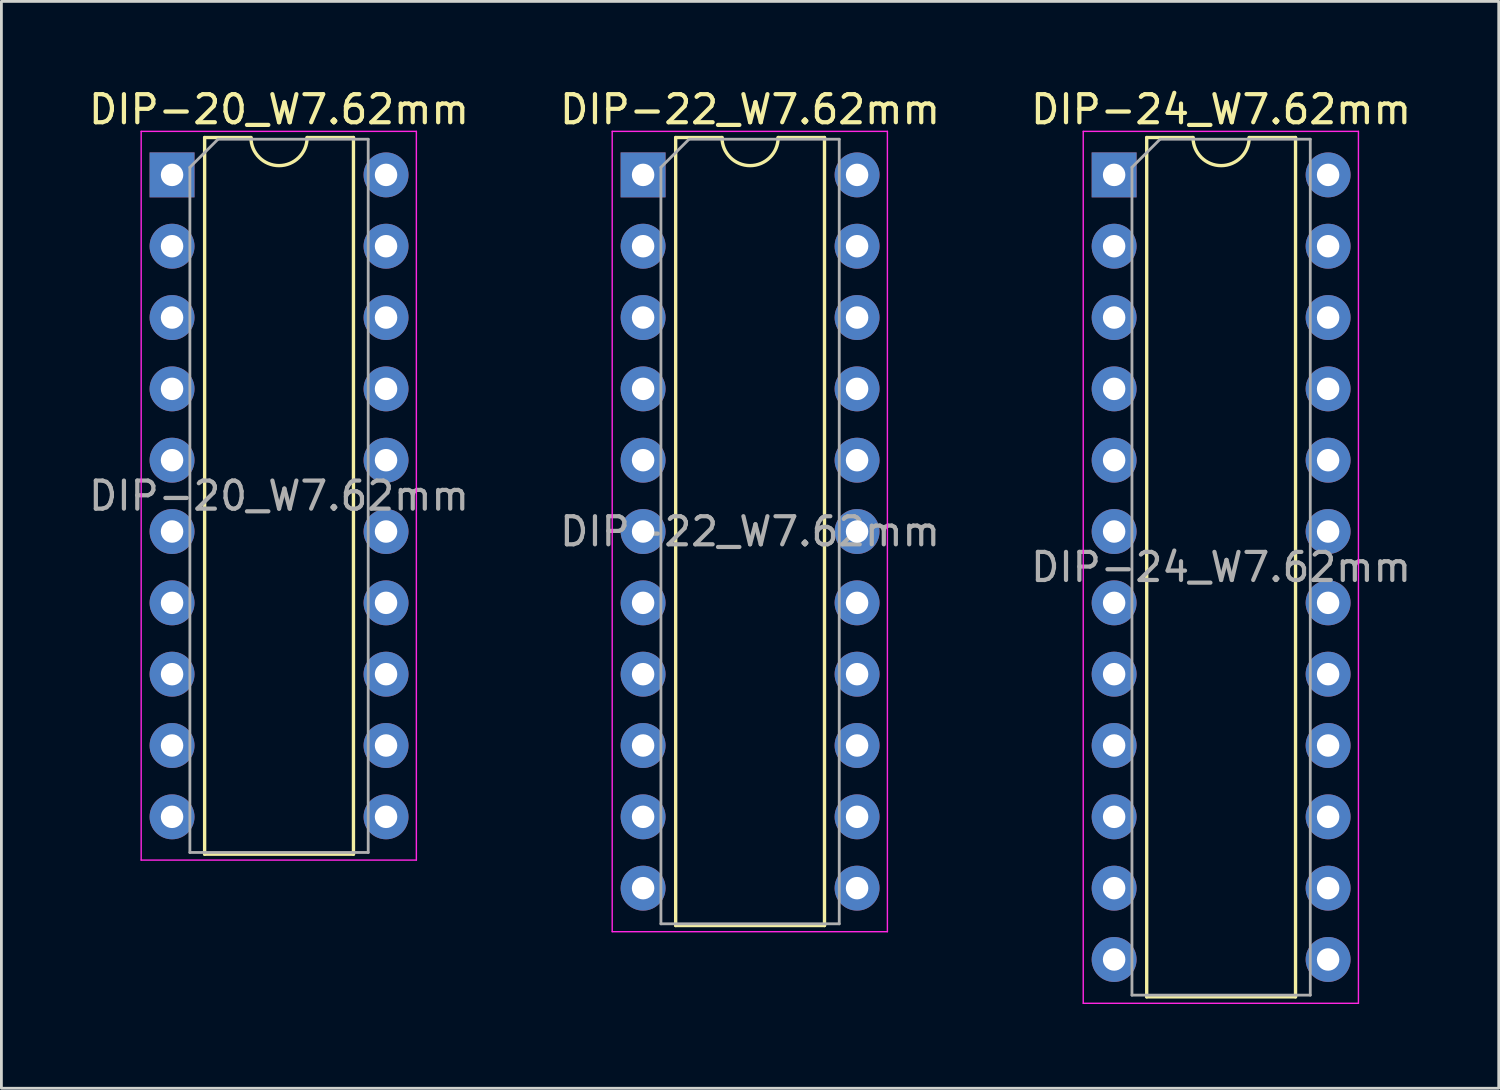
<source format=kicad_pcb>
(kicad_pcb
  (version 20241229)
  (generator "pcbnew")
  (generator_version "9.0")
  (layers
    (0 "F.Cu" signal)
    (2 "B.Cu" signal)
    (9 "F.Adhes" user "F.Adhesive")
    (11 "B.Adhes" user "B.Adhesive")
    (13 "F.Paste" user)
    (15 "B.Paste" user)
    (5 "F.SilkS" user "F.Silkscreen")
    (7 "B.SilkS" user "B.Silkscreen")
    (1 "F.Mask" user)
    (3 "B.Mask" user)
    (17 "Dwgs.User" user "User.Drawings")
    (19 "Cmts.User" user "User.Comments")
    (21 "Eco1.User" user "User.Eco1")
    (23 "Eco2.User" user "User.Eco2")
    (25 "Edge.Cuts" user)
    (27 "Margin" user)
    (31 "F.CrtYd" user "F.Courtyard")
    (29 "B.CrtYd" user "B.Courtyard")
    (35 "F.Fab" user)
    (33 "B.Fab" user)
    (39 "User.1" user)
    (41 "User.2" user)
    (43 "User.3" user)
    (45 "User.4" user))
  (footprint "DIP-20_W7.62mm"
    (layer "F.Cu")
    (at 3.077 3.178)
    (property "Reference" "DIP-20_W7.62mm" (at 3.81 -2.33 0) (layer "F.SilkS") (effects (font (size 1 1) (thickness 0.15))))
    (attr through_hole)
    (fp_line (start 1.16 -1.33) (end 1.16 24.19) (stroke (width 0.12) (type solid)) (layer "F.SilkS"))
    (fp_line (start 1.16 24.19) (end 6.46 24.19) (stroke (width 0.12) (type solid)) (layer "F.SilkS"))
    (fp_line (start 2.81 -1.33) (end 1.16 -1.33) (stroke (width 0.12) (type solid)) (layer "F.SilkS"))
    (fp_line (start 6.46 -1.33) (end 4.81 -1.33) (stroke (width 0.12) (type solid)) (layer "F.SilkS"))
    (fp_line (start 6.46 24.19) (end 6.46 -1.33) (stroke (width 0.12) (type solid)) (layer "F.SilkS"))
    (fp_arc (start 4.81 -1.33) (mid 3.81 -0.33) (end 2.81 -1.33) (stroke (width 0.12) (type solid)) (layer "F.SilkS"))
    (fp_line (start -1.1 -1.55) (end -1.1 24.4) (stroke (width 0.05) (type solid)) (layer "F.CrtYd"))
    (fp_line (start -1.1 24.4) (end 8.7 24.4) (stroke (width 0.05) (type solid)) (layer "F.CrtYd"))
    (fp_line (start 8.7 -1.55) (end -1.1 -1.55) (stroke (width 0.05) (type solid)) (layer "F.CrtYd"))
    (fp_line (start 8.7 24.4) (end 8.7 -1.55) (stroke (width 0.05) (type solid)) (layer "F.CrtYd"))
    (fp_line (start 0.635 -0.27) (end 1.635 -1.27) (stroke (width 0.1) (type solid)) (layer "F.Fab"))
    (fp_line (start 0.635 24.13) (end 0.635 -0.27) (stroke (width 0.1) (type solid)) (layer "F.Fab"))
    (fp_line (start 1.635 -1.27) (end 6.985 -1.27) (stroke (width 0.1) (type solid)) (layer "F.Fab"))
    (fp_line (start 6.985 -1.27) (end 6.985 24.13) (stroke (width 0.1) (type solid)) (layer "F.Fab"))
    (fp_line (start 6.985 24.13) (end 0.635 24.13) (stroke (width 0.1) (type solid)) (layer "F.Fab"))
    (fp_text user "${REFERENCE}" (at 3.81 11.43 0) (layer "F.Fab") (effects (font (size 1 1) (thickness 0.15))))
    (pad "1" thru_hole rect (at 0 0) (size 1.6 1.6) (drill 0.8) (layers "*.Cu" "*.Mask"))
    (pad "2" thru_hole oval (at 0 2.54) (size 1.6 1.6) (drill 0.8) (layers "*.Cu" "*.Mask"))
    (pad "3" thru_hole oval (at 0 5.08) (size 1.6 1.6) (drill 0.8) (layers "*.Cu" "*.Mask"))
    (pad "4" thru_hole oval (at 0 7.62) (size 1.6 1.6) (drill 0.8) (layers "*.Cu" "*.Mask"))
    (pad "5" thru_hole oval (at 0 10.16) (size 1.6 1.6) (drill 0.8) (layers "*.Cu" "*.Mask"))
    (pad "6" thru_hole oval (at 0 12.7) (size 1.6 1.6) (drill 0.8) (layers "*.Cu" "*.Mask"))
    (pad "7" thru_hole oval (at 0 15.24) (size 1.6 1.6) (drill 0.8) (layers "*.Cu" "*.Mask"))
    (pad "8" thru_hole oval (at 0 17.78) (size 1.6 1.6) (drill 0.8) (layers "*.Cu" "*.Mask"))
    (pad "9" thru_hole oval (at 0 20.32) (size 1.6 1.6) (drill 0.8) (layers "*.Cu" "*.Mask"))
    (pad "10" thru_hole oval (at 0 22.86) (size 1.6 1.6) (drill 0.8) (layers "*.Cu" "*.Mask"))
    (pad "11" thru_hole oval (at 7.62 22.86) (size 1.6 1.6) (drill 0.8) (layers "*.Cu" "*.Mask"))
    (pad "12" thru_hole oval (at 7.62 20.32) (size 1.6 1.6) (drill 0.8) (layers "*.Cu" "*.Mask"))
    (pad "13" thru_hole oval (at 7.62 17.78) (size 1.6 1.6) (drill 0.8) (layers "*.Cu" "*.Mask"))
    (pad "14" thru_hole oval (at 7.62 15.24) (size 1.6 1.6) (drill 0.8) (layers "*.Cu" "*.Mask"))
    (pad "15" thru_hole oval (at 7.62 12.7) (size 1.6 1.6) (drill 0.8) (layers "*.Cu" "*.Mask"))
    (pad "16" thru_hole oval (at 7.62 10.16) (size 1.6 1.6) (drill 0.8) (layers "*.Cu" "*.Mask"))
    (pad "17" thru_hole oval (at 7.62 7.62) (size 1.6 1.6) (drill 0.8) (layers "*.Cu" "*.Mask"))
    (pad "18" thru_hole oval (at 7.62 5.08) (size 1.6 1.6) (drill 0.8) (layers "*.Cu" "*.Mask"))
    (pad "19" thru_hole oval (at 7.62 2.54) (size 1.6 1.6) (drill 0.8) (layers "*.Cu" "*.Mask"))
    (pad "20" thru_hole oval (at 7.62 0) (size 1.6 1.6) (drill 0.8) (layers "*.Cu" "*.Mask")))
  (footprint "DIP-22_W7.62mm"
    (layer "F.Cu")
    (at 19.851 3.178)
    (property "Reference" "DIP-22_W7.62mm" (at 3.81 -2.33 0) (layer "F.SilkS") (effects (font (size 1 1) (thickness 0.15))))
    (attr through_hole)
    (fp_line (start 1.16 -1.33) (end 1.16 26.73) (stroke (width 0.12) (type solid)) (layer "F.SilkS"))
    (fp_line (start 1.16 26.73) (end 6.46 26.73) (stroke (width 0.12) (type solid)) (layer "F.SilkS"))
    (fp_line (start 2.81 -1.33) (end 1.16 -1.33) (stroke (width 0.12) (type solid)) (layer "F.SilkS"))
    (fp_line (start 6.46 -1.33) (end 4.81 -1.33) (stroke (width 0.12) (type solid)) (layer "F.SilkS"))
    (fp_line (start 6.46 26.73) (end 6.46 -1.33) (stroke (width 0.12) (type solid)) (layer "F.SilkS"))
    (fp_arc (start 4.81 -1.33) (mid 3.81 -0.33) (end 2.81 -1.33) (stroke (width 0.12) (type solid)) (layer "F.SilkS"))
    (fp_line (start -1.1 -1.55) (end -1.1 26.95) (stroke (width 0.05) (type solid)) (layer "F.CrtYd"))
    (fp_line (start -1.1 26.95) (end 8.7 26.95) (stroke (width 0.05) (type solid)) (layer "F.CrtYd"))
    (fp_line (start 8.7 -1.55) (end -1.1 -1.55) (stroke (width 0.05) (type solid)) (layer "F.CrtYd"))
    (fp_line (start 8.7 26.95) (end 8.7 -1.55) (stroke (width 0.05) (type solid)) (layer "F.CrtYd"))
    (fp_line (start 0.635 -0.27) (end 1.635 -1.27) (stroke (width 0.1) (type solid)) (layer "F.Fab"))
    (fp_line (start 0.635 26.67) (end 0.635 -0.27) (stroke (width 0.1) (type solid)) (layer "F.Fab"))
    (fp_line (start 1.635 -1.27) (end 6.985 -1.27) (stroke (width 0.1) (type solid)) (layer "F.Fab"))
    (fp_line (start 6.985 -1.27) (end 6.985 26.67) (stroke (width 0.1) (type solid)) (layer "F.Fab"))
    (fp_line (start 6.985 26.67) (end 0.635 26.67) (stroke (width 0.1) (type solid)) (layer "F.Fab"))
    (fp_text user "${REFERENCE}" (at 3.81 12.7 0) (layer "F.Fab") (effects (font (size 1 1) (thickness 0.15))))
    (pad "1" thru_hole rect (at 0 0) (size 1.6 1.6) (drill 0.8) (layers "*.Cu" "*.Mask"))
    (pad "2" thru_hole oval (at 0 2.54) (size 1.6 1.6) (drill 0.8) (layers "*.Cu" "*.Mask"))
    (pad "3" thru_hole oval (at 0 5.08) (size 1.6 1.6) (drill 0.8) (layers "*.Cu" "*.Mask"))
    (pad "4" thru_hole oval (at 0 7.62) (size 1.6 1.6) (drill 0.8) (layers "*.Cu" "*.Mask"))
    (pad "5" thru_hole oval (at 0 10.16) (size 1.6 1.6) (drill 0.8) (layers "*.Cu" "*.Mask"))
    (pad "6" thru_hole oval (at 0 12.7) (size 1.6 1.6) (drill 0.8) (layers "*.Cu" "*.Mask"))
    (pad "7" thru_hole oval (at 0 15.24) (size 1.6 1.6) (drill 0.8) (layers "*.Cu" "*.Mask"))
    (pad "8" thru_hole oval (at 0 17.78) (size 1.6 1.6) (drill 0.8) (layers "*.Cu" "*.Mask"))
    (pad "9" thru_hole oval (at 0 20.32) (size 1.6 1.6) (drill 0.8) (layers "*.Cu" "*.Mask"))
    (pad "10" thru_hole oval (at 0 22.86) (size 1.6 1.6) (drill 0.8) (layers "*.Cu" "*.Mask"))
    (pad "11" thru_hole oval (at 0 25.4) (size 1.6 1.6) (drill 0.8) (layers "*.Cu" "*.Mask"))
    (pad "12" thru_hole oval (at 7.62 25.4) (size 1.6 1.6) (drill 0.8) (layers "*.Cu" "*.Mask"))
    (pad "13" thru_hole oval (at 7.62 22.86) (size 1.6 1.6) (drill 0.8) (layers "*.Cu" "*.Mask"))
    (pad "14" thru_hole oval (at 7.62 20.32) (size 1.6 1.6) (drill 0.8) (layers "*.Cu" "*.Mask"))
    (pad "15" thru_hole oval (at 7.62 17.78) (size 1.6 1.6) (drill 0.8) (layers "*.Cu" "*.Mask"))
    (pad "16" thru_hole oval (at 7.62 15.24) (size 1.6 1.6) (drill 0.8) (layers "*.Cu" "*.Mask"))
    (pad "17" thru_hole oval (at 7.62 12.7) (size 1.6 1.6) (drill 0.8) (layers "*.Cu" "*.Mask"))
    (pad "18" thru_hole oval (at 7.62 10.16) (size 1.6 1.6) (drill 0.8) (layers "*.Cu" "*.Mask"))
    (pad "19" thru_hole oval (at 7.62 7.62) (size 1.6 1.6) (drill 0.8) (layers "*.Cu" "*.Mask"))
    (pad "20" thru_hole oval (at 7.62 5.08) (size 1.6 1.6) (drill 0.8) (layers "*.Cu" "*.Mask"))
    (pad "21" thru_hole oval (at 7.62 2.54) (size 1.6 1.6) (drill 0.8) (layers "*.Cu" "*.Mask"))
    (pad "22" thru_hole oval (at 7.62 0) (size 1.6 1.6) (drill 0.8) (layers "*.Cu" "*.Mask")))
  (footprint "DIP-24_W7.62mm"
    (layer "F.Cu")
    (at 36.625 3.178)
    (property "Reference" "DIP-24_W7.62mm" (at 3.81 -2.33 0) (layer "F.SilkS") (effects (font (size 1 1) (thickness 0.15))))
    (attr through_hole)
    (fp_line (start 1.16 -1.33) (end 1.16 29.27) (stroke (width 0.12) (type solid)) (layer "F.SilkS"))
    (fp_line (start 1.16 29.27) (end 6.46 29.27) (stroke (width 0.12) (type solid)) (layer "F.SilkS"))
    (fp_line (start 2.81 -1.33) (end 1.16 -1.33) (stroke (width 0.12) (type solid)) (layer "F.SilkS"))
    (fp_line (start 6.46 -1.33) (end 4.81 -1.33) (stroke (width 0.12) (type solid)) (layer "F.SilkS"))
    (fp_line (start 6.46 29.27) (end 6.46 -1.33) (stroke (width 0.12) (type solid)) (layer "F.SilkS"))
    (fp_arc (start 4.81 -1.33) (mid 3.81 -0.33) (end 2.81 -1.33) (stroke (width 0.12) (type solid)) (layer "F.SilkS"))
    (fp_line (start -1.1 -1.55) (end -1.1 29.5) (stroke (width 0.05) (type solid)) (layer "F.CrtYd"))
    (fp_line (start -1.1 29.5) (end 8.7 29.5) (stroke (width 0.05) (type solid)) (layer "F.CrtYd"))
    (fp_line (start 8.7 -1.55) (end -1.1 -1.55) (stroke (width 0.05) (type solid)) (layer "F.CrtYd"))
    (fp_line (start 8.7 29.5) (end 8.7 -1.55) (stroke (width 0.05) (type solid)) (layer "F.CrtYd"))
    (fp_line (start 0.635 -0.27) (end 1.635 -1.27) (stroke (width 0.1) (type solid)) (layer "F.Fab"))
    (fp_line (start 0.635 29.21) (end 0.635 -0.27) (stroke (width 0.1) (type solid)) (layer "F.Fab"))
    (fp_line (start 1.635 -1.27) (end 6.985 -1.27) (stroke (width 0.1) (type solid)) (layer "F.Fab"))
    (fp_line (start 6.985 -1.27) (end 6.985 29.21) (stroke (width 0.1) (type solid)) (layer "F.Fab"))
    (fp_line (start 6.985 29.21) (end 0.635 29.21) (stroke (width 0.1) (type solid)) (layer "F.Fab"))
    (fp_text user "${REFERENCE}" (at 3.81 13.97 0) (layer "F.Fab") (effects (font (size 1 1) (thickness 0.15))))
    (pad "1" thru_hole rect (at 0 0) (size 1.6 1.6) (drill 0.8) (layers "*.Cu" "*.Mask"))
    (pad "2" thru_hole oval (at 0 2.54) (size 1.6 1.6) (drill 0.8) (layers "*.Cu" "*.Mask"))
    (pad "3" thru_hole oval (at 0 5.08) (size 1.6 1.6) (drill 0.8) (layers "*.Cu" "*.Mask"))
    (pad "4" thru_hole oval (at 0 7.62) (size 1.6 1.6) (drill 0.8) (layers "*.Cu" "*.Mask"))
    (pad "5" thru_hole oval (at 0 10.16) (size 1.6 1.6) (drill 0.8) (layers "*.Cu" "*.Mask"))
    (pad "6" thru_hole oval (at 0 12.7) (size 1.6 1.6) (drill 0.8) (layers "*.Cu" "*.Mask"))
    (pad "7" thru_hole oval (at 0 15.24) (size 1.6 1.6) (drill 0.8) (layers "*.Cu" "*.Mask"))
    (pad "8" thru_hole oval (at 0 17.78) (size 1.6 1.6) (drill 0.8) (layers "*.Cu" "*.Mask"))
    (pad "9" thru_hole oval (at 0 20.32) (size 1.6 1.6) (drill 0.8) (layers "*.Cu" "*.Mask"))
    (pad "10" thru_hole oval (at 0 22.86) (size 1.6 1.6) (drill 0.8) (layers "*.Cu" "*.Mask"))
    (pad "11" thru_hole oval (at 0 25.4) (size 1.6 1.6) (drill 0.8) (layers "*.Cu" "*.Mask"))
    (pad "12" thru_hole oval (at 0 27.94) (size 1.6 1.6) (drill 0.8) (layers "*.Cu" "*.Mask"))
    (pad "13" thru_hole oval (at 7.62 27.94) (size 1.6 1.6) (drill 0.8) (layers "*.Cu" "*.Mask"))
    (pad "14" thru_hole oval (at 7.62 25.4) (size 1.6 1.6) (drill 0.8) (layers "*.Cu" "*.Mask"))
    (pad "15" thru_hole oval (at 7.62 22.86) (size 1.6 1.6) (drill 0.8) (layers "*.Cu" "*.Mask"))
    (pad "16" thru_hole oval (at 7.62 20.32) (size 1.6 1.6) (drill 0.8) (layers "*.Cu" "*.Mask"))
    (pad "17" thru_hole oval (at 7.62 17.78) (size 1.6 1.6) (drill 0.8) (layers "*.Cu" "*.Mask"))
    (pad "18" thru_hole oval (at 7.62 15.24) (size 1.6 1.6) (drill 0.8) (layers "*.Cu" "*.Mask"))
    (pad "19" thru_hole oval (at 7.62 12.7) (size 1.6 1.6) (drill 0.8) (layers "*.Cu" "*.Mask"))
    (pad "20" thru_hole oval (at 7.62 10.16) (size 1.6 1.6) (drill 0.8) (layers "*.Cu" "*.Mask"))
    (pad "21" thru_hole oval (at 7.62 7.62) (size 1.6 1.6) (drill 0.8) (layers "*.Cu" "*.Mask"))
    (pad "22" thru_hole oval (at 7.62 5.08) (size 1.6 1.6) (drill 0.8) (layers "*.Cu" "*.Mask"))
    (pad "23" thru_hole oval (at 7.62 2.54) (size 1.6 1.6) (drill 0.8) (layers "*.Cu" "*.Mask"))
    (pad "24" thru_hole oval (at 7.62 0) (size 1.6 1.6) (drill 0.8) (layers "*.Cu" "*.Mask")))
  (gr_rect
    (start -3 -3)
    (end 50.321 35.703)
    (stroke (width 0.1) (type default))
    (fill no)
    (layer "Edge.Cuts")))
</source>
